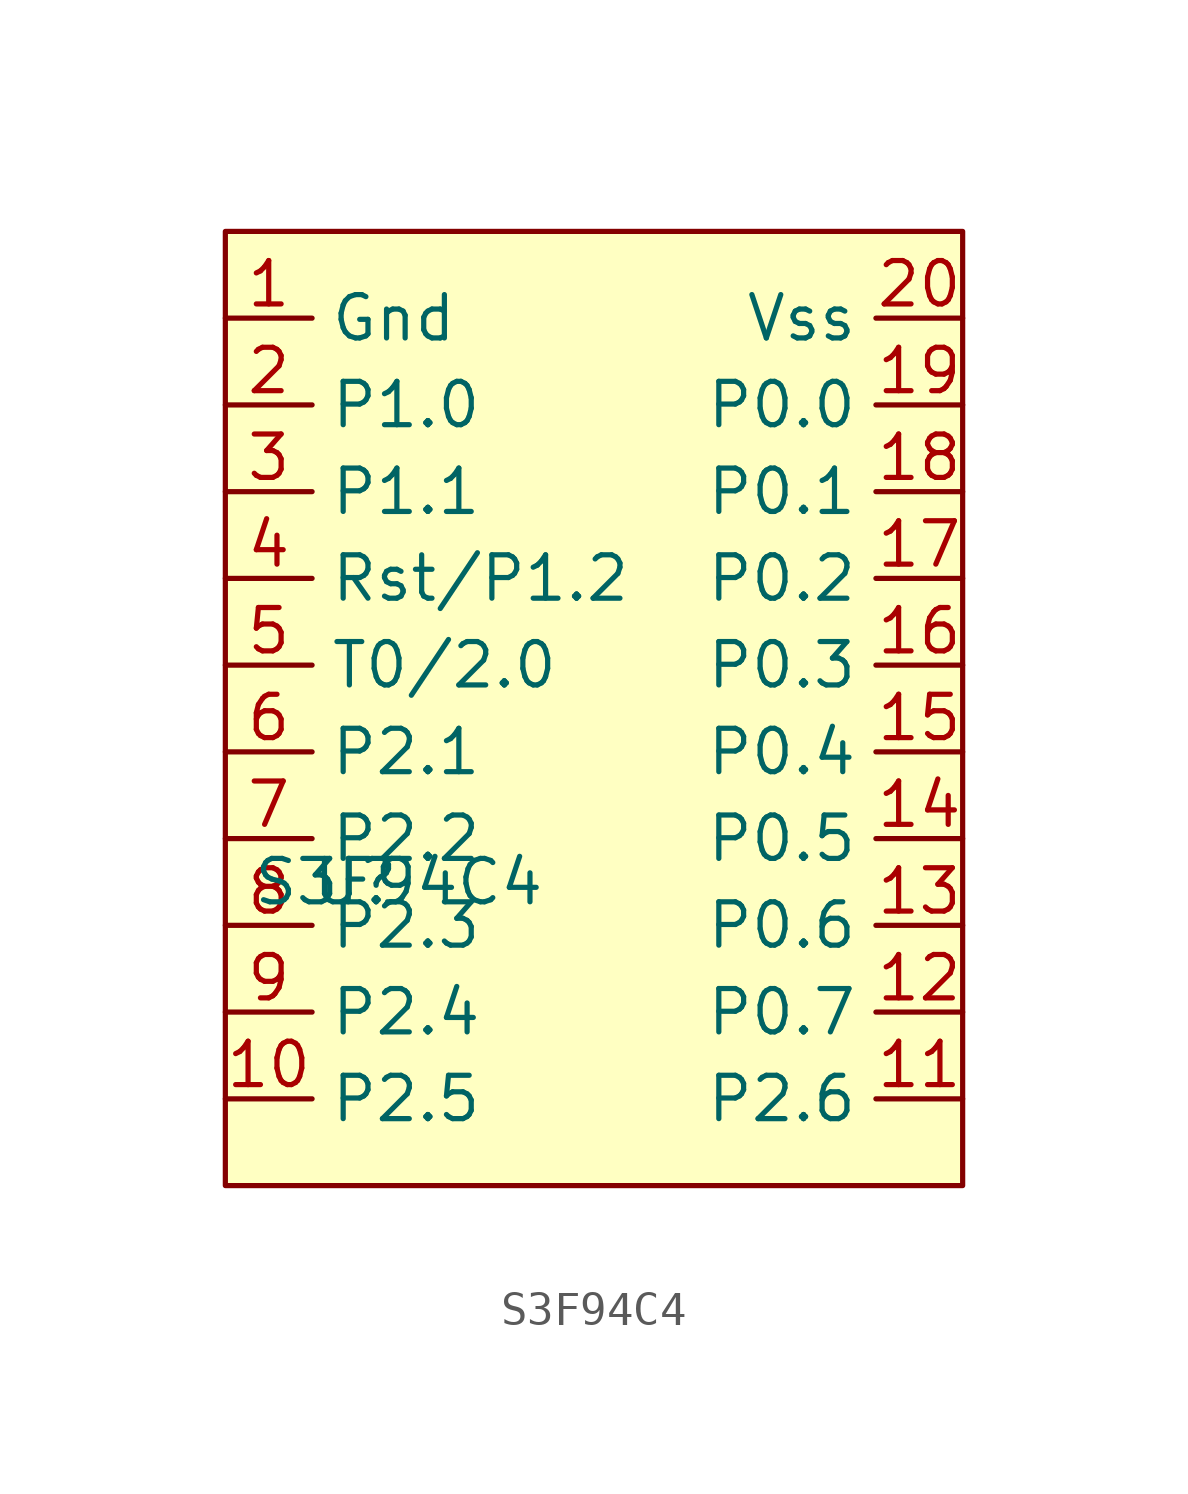
<source format=kicad_sym>
(kicad_symbol_lib
  (version 20231120)
  (generator "kicad_symbol_editor")
  (generator_version "8.0")
  (symbol "S3F94C4"
    (property "Reference" "U"
      (at -7.62 -6.35 0)
      (effects (font (size 1.27 1.27))))
    (property "Value" "S3F94C4"
      (at -6.35 -6.35 0)
      (effects (font (size 1.27 1.27))))
    (symbol "S3F94C4_1_1"
      (rectangle (start -11.43 12.7) (end 10.16 -15.24) (stroke (width 0) (type default)) (fill (type background)))
      (pin power_in line (at -11.43 10.16 0) (length 2.54) (name "Gnd" (effects (font (size 1.27 1.27)))) (number "1" (effects (font (size 1.27 1.27)))))
      (pin bidirectional line (at -11.43 -12.7 0) (length 2.54) (name "P2.5" (effects (font (size 1.27 1.27)))) (number "10" (effects (font (size 1.27 1.27)))))
      (pin bidirectional line (at 10.16 -12.7 180) (length 2.54) (name "P2.6" (effects (font (size 1.27 1.27)))) (number "11" (effects (font (size 1.27 1.27)))))
      (pin bidirectional line (at 10.16 -10.16 180) (length 2.54) (name "P0.7" (effects (font (size 1.27 1.27)))) (number "12" (effects (font (size 1.27 1.27)))))
      (pin bidirectional line (at 10.16 -7.62 180) (length 2.54) (name "P0.6" (effects (font (size 1.27 1.27)))) (number "13" (effects (font (size 1.27 1.27)))))
      (pin bidirectional line (at 10.16 -5.08 180) (length 2.54) (name "P0.5" (effects (font (size 1.27 1.27)))) (number "14" (effects (font (size 1.27 1.27)))))
      (pin bidirectional line (at 10.16 -2.54 180) (length 2.54) (name "P0.4" (effects (font (size 1.27 1.27)))) (number "15" (effects (font (size 1.27 1.27)))))
      (pin bidirectional line (at 10.16 0 180) (length 2.54) (name "P0.3" (effects (font (size 1.27 1.27)))) (number "16" (effects (font (size 1.27 1.27)))))
      (pin bidirectional line (at 10.16 2.54 180) (length 2.54) (name "P0.2" (effects (font (size 1.27 1.27)))) (number "17" (effects (font (size 1.27 1.27)))))
      (pin bidirectional line (at 10.16 5.08 180) (length 2.54) (name "P0.1" (effects (font (size 1.27 1.27)))) (number "18" (effects (font (size 1.27 1.27)))))
      (pin bidirectional line (at 10.16 7.62 180) (length 2.54) (name "P0.0" (effects (font (size 1.27 1.27)))) (number "19" (effects (font (size 1.27 1.27)))))
      (pin bidirectional line (at -11.43 7.62 0) (length 2.54) (name "P1.0" (effects (font (size 1.27 1.27)))) (number "2" (effects (font (size 1.27 1.27)))))
      (pin power_in line (at 10.16 10.16 180) (length 2.54) (name "Vss" (effects (font (size 1.27 1.27)))) (number "20" (effects (font (size 1.27 1.27)))))
      (pin bidirectional line (at -11.43 5.08 0) (length 2.54) (name "P1.1" (effects (font (size 1.27 1.27)))) (number "3" (effects (font (size 1.27 1.27)))))
      (pin bidirectional line (at -11.43 2.54 0) (length 2.54) (name "Rst/P1.2" (effects (font (size 1.27 1.27)))) (number "4" (effects (font (size 1.27 1.27)))))
      (pin bidirectional line (at -11.43 0 0) (length 2.54) (name "T0/2.0" (effects (font (size 1.27 1.27)))) (number "5" (effects (font (size 1.27 1.27)))))
      (pin bidirectional line (at -11.43 -2.54 0) (length 2.54) (name "P2.1" (effects (font (size 1.27 1.27)))) (number "6" (effects (font (size 1.27 1.27)))))
      (pin bidirectional line (at -11.43 -5.08 0) (length 2.54) (name "P2.2" (effects (font (size 1.27 1.27)))) (number "7" (effects (font (size 1.27 1.27)))))
      (pin bidirectional line (at -11.43 -7.62 0) (length 2.54) (name "P2.3" (effects (font (size 1.27 1.27)))) (number "8" (effects (font (size 1.27 1.27)))))
      (pin bidirectional line (at -11.43 -10.16 0) (length 2.54) (name "P2.4" (effects (font (size 1.27 1.27)))) (number "9" (effects (font (size 1.27 1.27))))))))
</source>
